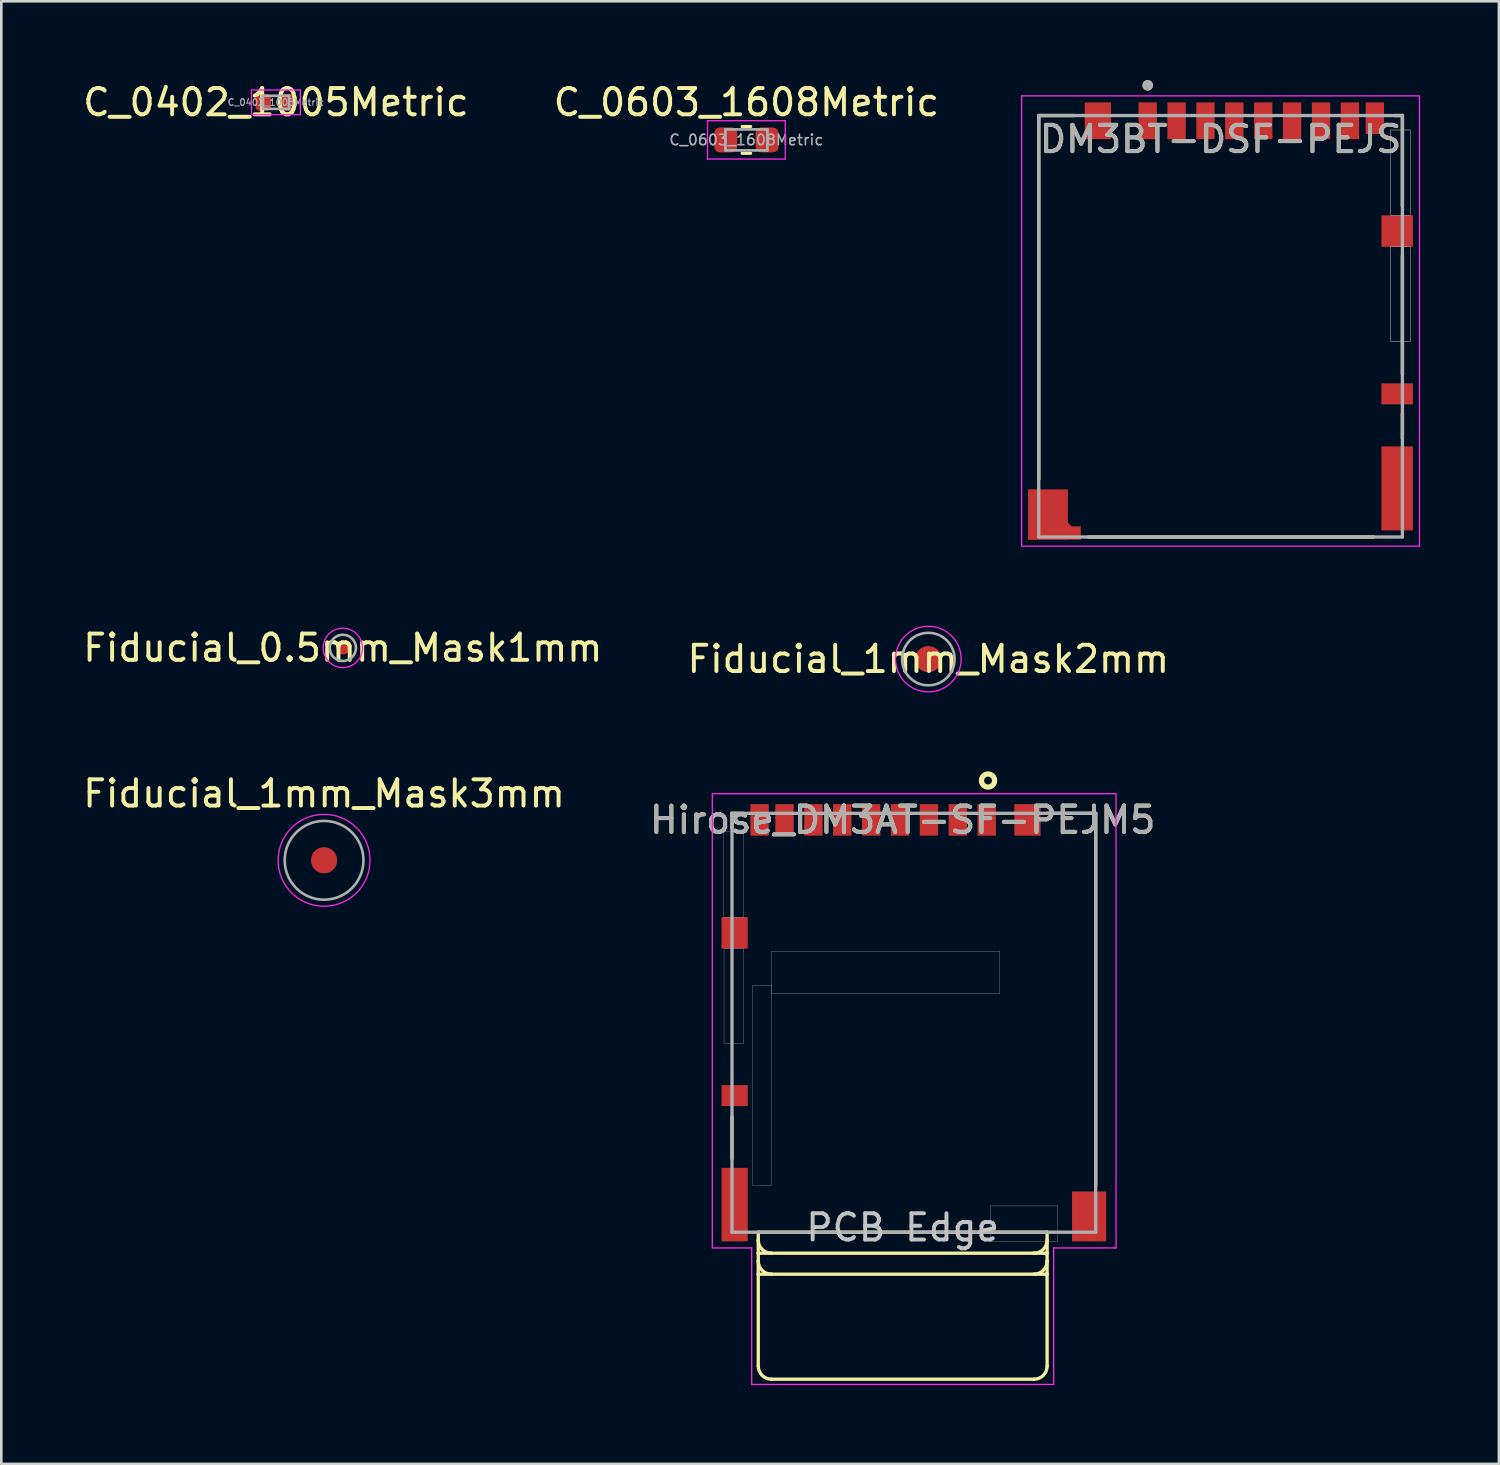
<source format=kicad_pcb>
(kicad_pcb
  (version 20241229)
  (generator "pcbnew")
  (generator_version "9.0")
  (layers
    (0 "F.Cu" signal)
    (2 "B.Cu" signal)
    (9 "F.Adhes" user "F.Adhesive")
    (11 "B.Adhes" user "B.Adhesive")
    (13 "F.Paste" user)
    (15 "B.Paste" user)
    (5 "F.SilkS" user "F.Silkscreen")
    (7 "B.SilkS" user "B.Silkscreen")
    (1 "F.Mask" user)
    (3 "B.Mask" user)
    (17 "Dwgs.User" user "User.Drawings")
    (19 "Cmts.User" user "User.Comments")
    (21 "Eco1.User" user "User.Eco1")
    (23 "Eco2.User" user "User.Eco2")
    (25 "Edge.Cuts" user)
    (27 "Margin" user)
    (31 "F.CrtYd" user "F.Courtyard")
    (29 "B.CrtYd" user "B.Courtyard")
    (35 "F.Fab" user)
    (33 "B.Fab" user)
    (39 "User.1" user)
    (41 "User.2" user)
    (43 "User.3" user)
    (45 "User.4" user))
  (footprint "Fiducial_0.5mm_Mask1mm"
    (layer "F.Cu")
    (at 10.006 21.623)
    (property "Reference" "Fiducial_0.5mm_Mask1mm" (at 0 0 0) (layer "F.SilkS") (effects (font (size 1 1) (thickness 0.15))))
    (attr smd)
    (fp_circle (center 0 0) (end 0.75 0) (stroke (width 0.05) (type solid)) (fill no) (layer "F.CrtYd"))
    (fp_circle (center 0 0) (end 0.5 0) (stroke (width 0.1) (type solid)) (fill no) (layer "F.Fab"))
    (pad "" smd circle (at 0 0) (size 0.5 0.5) (layers "F.Cu" "F.Mask")))
  (footprint "C_0402_1005Metric"
    (layer "F.Cu")
    (at 7.458 0.848)
    (property "Reference" "C_0402_1005Metric" (at 0 0 0) (layer "F.SilkS") (effects (font (size 1 1) (thickness 0.15))))
    (attr smd)
    (fp_line (start -0.93 -0.47) (end 0.93 -0.47) (stroke (width 0.05) (type solid)) (layer "F.CrtYd"))
    (fp_line (start -0.93 0.47) (end -0.93 -0.47) (stroke (width 0.05) (type solid)) (layer "F.CrtYd"))
    (fp_line (start 0.93 -0.47) (end 0.93 0.47) (stroke (width 0.05) (type solid)) (layer "F.CrtYd"))
    (fp_line (start 0.93 0.47) (end -0.93 0.47) (stroke (width 0.05) (type solid)) (layer "F.CrtYd"))
    (fp_line (start -0.5 -0.25) (end 0.5 -0.25) (stroke (width 0.1) (type solid)) (layer "F.Fab"))
    (fp_line (start -0.5 0.25) (end -0.5 -0.25) (stroke (width 0.1) (type solid)) (layer "F.Fab"))
    (fp_line (start 0.5 -0.25) (end 0.5 0.25) (stroke (width 0.1) (type solid)) (layer "F.Fab"))
    (fp_line (start 0.5 0.25) (end -0.5 0.25) (stroke (width 0.1) (type solid)) (layer "F.Fab"))
    (fp_text user "${REFERENCE}" (at 0 0 0) (layer "F.Fab") (effects (font (size 0.25 0.25) (thickness 0.04))))
    (pad "1" smd roundrect (at -0.485 0) (size 0.59 0.64) (layers "F.Cu" "F.Mask" "F.Paste") (roundrect_rratio 0.25))
    (pad "2" smd roundrect (at 0.485 0) (size 0.59 0.64) (layers "F.Cu" "F.Mask" "F.Paste") (roundrect_rratio 0.25)))
  (footprint "Hirose_DM3AT-SF-PEJM5"
    (layer "F.Cu")
    (at 31.327 28.175)
    (property "Reference" "Hirose_DM3AT-SF-PEJM5" (at 0 0 0) (layer "F.SilkS") (effects (font (size 1 1) (thickness 0.15))))
    (attr smd)
    (fp_line (start -6.5 -0.25) (end -6.5 0.3) (stroke (width 0.127) (type solid)) (layer "F.SilkS"))
    (fp_line (start -6.5 12.9) (end -6.5 11.3) (stroke (width 0.127) (type solid)) (layer "F.SilkS"))
    (fp_line (start -6.05 -0.25) (end -6.5 -0.25) (stroke (width 0.127) (type solid)) (layer "F.SilkS"))
    (fp_line (start -5.5 15.7) (end -5.5 16) (stroke (width 0.127) (type solid)) (layer "F.SilkS"))
    (fp_line (start -5.5 15.7) (end 5.5 15.7) (stroke (width 0.127) (type solid)) (layer "F.SilkS"))
    (fp_line (start -5.5 16.5) (end -5.5 16) (stroke (width 0.127) (type solid)) (layer "F.SilkS"))
    (fp_line (start -5.5 16.5) (end -5.5 16.8) (stroke (width 0.127) (type solid)) (layer "F.SilkS"))
    (fp_line (start -5.5 17.3) (end -5.5 16.8) (stroke (width 0.127) (type solid)) (layer "F.SilkS"))
    (fp_line (start -5.5 17.3) (end -5.5 20.8) (stroke (width 0.127) (type solid)) (layer "F.SilkS"))
    (fp_line (start -5 16.5) (end -5.5 16.5) (stroke (width 0.127) (type solid)) (layer "F.SilkS"))
    (fp_line (start -5 17.3) (end -5.5 17.3) (stroke (width 0.127) (type solid)) (layer "F.SilkS"))
    (fp_line (start 5 16.5) (end -5 16.5) (stroke (width 0.127) (type solid)) (layer "F.SilkS"))
    (fp_line (start 5 17.3) (end -5 17.3) (stroke (width 0.127) (type solid)) (layer "F.SilkS"))
    (fp_line (start 5 21.3) (end -5 21.3) (stroke (width 0.127) (type solid)) (layer "F.SilkS"))
    (fp_line (start 5.5 -0.25) (end 7.35 -0.25) (stroke (width 0.127) (type solid)) (layer "F.SilkS"))
    (fp_line (start 5.5 15.7) (end 5.5 16) (stroke (width 0.127) (type solid)) (layer "F.SilkS"))
    (fp_line (start 5.5 16) (end 5.5 16.5) (stroke (width 0.127) (type solid)) (layer "F.SilkS"))
    (fp_line (start 5.5 16.5) (end 5 16.5) (stroke (width 0.127) (type solid)) (layer "F.SilkS"))
    (fp_line (start 5.5 16.5) (end 5.5 16.8) (stroke (width 0.127) (type solid)) (layer "F.SilkS"))
    (fp_line (start 5.5 16.8) (end 5.5 17.3) (stroke (width 0.127) (type solid)) (layer "F.SilkS"))
    (fp_line (start 5.5 17.3) (end 5 17.3) (stroke (width 0.127) (type solid)) (layer "F.SilkS"))
    (fp_line (start 5.5 17.3) (end 5.5 20.8) (stroke (width 0.127) (type solid)) (layer "F.SilkS"))
    (fp_line (start 7.35 -0.25) (end 7.35 13.9) (stroke (width 0.127) (type solid)) (layer "F.SilkS"))
    (fp_arc (start -5 16.5) (mid -5.353553 16.353553) (end -5.5 16) (stroke (width 0.127) (type solid)) (layer "F.SilkS"))
    (fp_arc (start -5 17.3) (mid -5.353553 17.153553) (end -5.5 16.8) (stroke (width 0.127) (type solid)) (layer "F.SilkS"))
    (fp_arc (start -5 21.3) (mid -5.353553 21.153553) (end -5.5 20.8) (stroke (width 0.127) (type solid)) (layer "F.SilkS"))
    (fp_arc (start 5.5 16) (mid 5.353553 16.353553) (end 5 16.5) (stroke (width 0.127) (type solid)) (layer "F.SilkS"))
    (fp_arc (start 5.5 16.8) (mid 5.353553 17.153553) (end 5 17.3) (stroke (width 0.127) (type solid)) (layer "F.SilkS"))
    (fp_arc (start 5.5 20.8) (mid 5.353553 21.153553) (end 5 21.3) (stroke (width 0.127) (type solid)) (layer "F.SilkS"))
    (fp_circle (center 3.25 -1.5) (end 3.5 -1.5) (stroke (width 0.2) (type solid)) (fill no) (layer "F.SilkS"))
    (fp_poly (pts (xy -6.813 0.45) (xy -6.05 0.45) (xy -6.05 3.707) (xy -6.813 3.707)) (stroke (width 0.01) (type solid)) (fill no) (layer "Dwgs.User"))
    (fp_poly (pts (xy -6.804 4.9) (xy -6.05 4.9) (xy -6.05 8.505) (xy -6.804 8.505)) (stroke (width 0.01) (type solid)) (fill no) (layer "Dwgs.User"))
    (fp_poly (pts (xy -5.706 6.3) (xy -5 6.3) (xy -5 13.915) (xy -5.706 13.915)) (stroke (width 0.01) (type solid)) (fill no) (layer "Dwgs.User"))
    (fp_poly (pts (xy -5.003 5) (xy 3.7 5) (xy 3.7 6.604) (xy -5.003 6.604)) (stroke (width 0.01) (type solid)) (fill no) (layer "Dwgs.User"))
    (fp_poly (pts (xy 3.352 14.7) (xy 5.9 14.7) (xy 5.9 16.057) (xy 3.352 16.057)) (stroke (width 0.01) (type solid)) (fill no) (layer "Dwgs.User"))
    (fp_line (start -7.25 -1) (end 8.125 -1) (stroke (width 0.05) (type solid)) (layer "F.CrtYd"))
    (fp_line (start -7.25 16.3) (end -7.25 -1) (stroke (width 0.05) (type solid)) (layer "F.CrtYd"))
    (fp_line (start -5.75 16.3) (end -7.25 16.3) (stroke (width 0.05) (type solid)) (layer "F.CrtYd"))
    (fp_line (start -5.75 21.5) (end -5.75 16.3) (stroke (width 0.05) (type solid)) (layer "F.CrtYd"))
    (fp_line (start 5.75 16.3) (end 5.75 21.5) (stroke (width 0.05) (type solid)) (layer "F.CrtYd"))
    (fp_line (start 5.75 21.5) (end -5.75 21.5) (stroke (width 0.05) (type solid)) (layer "F.CrtYd"))
    (fp_line (start 8.125 -1) (end 8.125 16.3) (stroke (width 0.05) (type solid)) (layer "F.CrtYd"))
    (fp_line (start 8.125 16.3) (end 5.75 16.3) (stroke (width 0.05) (type solid)) (layer "F.CrtYd"))
    (fp_line (start -6.5 -0.25) (end 7.35 -0.25) (stroke (width 0.127) (type solid)) (layer "F.Fab"))
    (fp_line (start -6.5 15.7) (end -6.5 -0.25) (stroke (width 0.127) (type solid)) (layer "F.Fab"))
    (fp_line (start 7.35 -0.25) (end 7.35 15.7) (stroke (width 0.127) (type solid)) (layer "F.Fab"))
    (fp_line (start 7.35 15.7) (end -6.5 15.7) (stroke (width 0.127) (type solid)) (layer "F.Fab"))
    (fp_text user "PCB Edge" (at 0 15.525 0) (layer "Dwgs.User") (effects (font (size 1 1) (thickness 0.15))))
    (fp_text user "${REFERENCE}" (at 0 0 0) (layer "F.Fab") (effects (font (size 1 1) (thickness 0.15))))
    (pad "1" smd rect (at 3.2 0) (size 0.7 1.2) (layers "F.Cu" "F.Mask" "F.Paste"))
    (pad "2" smd rect (at 2.1 0) (size 0.7 1.2) (layers "F.Cu" "F.Mask" "F.Paste"))
    (pad "3" smd rect (at 1 0) (size 0.7 1.2) (layers "F.Cu" "F.Mask" "F.Paste"))
    (pad "4" smd rect (at -0.1 0) (size 0.7 1.2) (layers "F.Cu" "F.Mask" "F.Paste"))
    (pad "5" smd rect (at -1.2 0) (size 0.7 1.2) (layers "F.Cu" "F.Mask" "F.Paste"))
    (pad "6" smd rect (at -2.3 0) (size 0.7 1.2) (layers "F.Cu" "F.Mask" "F.Paste"))
    (pad "7" smd rect (at -3.4 0) (size 0.7 1.2) (layers "F.Cu" "F.Mask" "F.Paste"))
    (pad "8" smd rect (at -4.5 0) (size 0.7 1.2) (layers "F.Cu" "F.Mask" "F.Paste"))
    (pad "P1" smd rect (at -6.4 4.3) (size 1 1.2) (layers "F.Cu" "F.Mask" "F.Paste"))
    (pad "P2" smd rect (at -6.4 14.65) (size 1 2.8) (layers "F.Cu" "F.Mask" "F.Paste"))
    (pad "P3" smd rect (at 7.1 15.1) (size 1.3 1.9) (layers "F.Cu" "F.Mask" "F.Paste"))
    (pad "P4" smd rect (at 4.75 0) (size 1 1.2) (layers "F.Cu" "F.Mask" "F.Paste"))
    (pad "SWA" smd rect (at -6.4 10.5) (size 1 0.8) (layers "F.Cu" "F.Mask" "F.Paste"))
    (pad "SWB" smd rect (at -5.45 0) (size 0.7 1.2) (layers "F.Cu" "F.Mask" "F.Paste")))
  (footprint "Fiducial_1mm_Mask2mm"
    (layer "F.Cu")
    (at 32.304 22.05)
    (property "Reference" "Fiducial_1mm_Mask2mm" (at 0 0 0) (layer "F.SilkS") (effects (font (size 1 1) (thickness 0.15))))
    (attr exclude_from_pos_files exclude_from_bom)
    (fp_circle (center 0 0) (end 1.25 0) (stroke (width 0.05) (type solid)) (fill no) (layer "F.CrtYd"))
    (fp_circle (center 0 0) (end 1 0) (stroke (width 0.1) (type solid)) (fill no) (layer "F.Fab"))
    (pad "" smd circle (at 0 0) (size 1 1) (layers "F.Cu" "F.Mask")))
  (footprint "C_0603_1608Metric"
    (layer "F.Cu")
    (at 25.375 2.278)
    (property "Reference" "C_0603_1608Metric" (at 0 -1.43 0) (layer "F.SilkS") (effects (font (size 1 1) (thickness 0.15))))
    (attr smd)
    (fp_line (start -0.163 -0.51) (end 0.163 -0.51) (stroke (width 0.12) (type solid)) (layer "F.SilkS"))
    (fp_line (start -0.163 0.51) (end 0.163 0.51) (stroke (width 0.12) (type solid)) (layer "F.SilkS"))
    (fp_line (start -1.48 -0.73) (end 1.48 -0.73) (stroke (width 0.05) (type solid)) (layer "F.CrtYd"))
    (fp_line (start -1.48 0.73) (end -1.48 -0.73) (stroke (width 0.05) (type solid)) (layer "F.CrtYd"))
    (fp_line (start 1.48 -0.73) (end 1.48 0.73) (stroke (width 0.05) (type solid)) (layer "F.CrtYd"))
    (fp_line (start 1.48 0.73) (end -1.48 0.73) (stroke (width 0.05) (type solid)) (layer "F.CrtYd"))
    (fp_line (start -0.8 -0.4) (end 0.8 -0.4) (stroke (width 0.1) (type solid)) (layer "F.Fab"))
    (fp_line (start -0.8 0.4) (end -0.8 -0.4) (stroke (width 0.1) (type solid)) (layer "F.Fab"))
    (fp_line (start 0.8 -0.4) (end 0.8 0.4) (stroke (width 0.1) (type solid)) (layer "F.Fab"))
    (fp_line (start 0.8 0.4) (end -0.8 0.4) (stroke (width 0.1) (type solid)) (layer "F.Fab"))
    (fp_text user "${REFERENCE}" (at 0 0 0) (layer "F.Fab") (effects (font (size 0.4 0.4) (thickness 0.06))))
    (pad "1" smd roundrect (at -0.787 0) (size 0.875 0.95) (layers "F.Cu" "F.Mask" "F.Paste") (roundrect_rratio 0.25))
    (pad "2" smd roundrect (at 0.787 0) (size 0.875 0.95) (layers "F.Cu" "F.Mask" "F.Paste") (roundrect_rratio 0.25)))
  (footprint "DM3BT-DSF-PEJS"
    (layer "F.Cu")
    (at 43.433 2.25)
    (property "Reference" "DM3BT-DSF-PEJS" (at 0 0 0) (layer "F.SilkS") (effects (font (size 1 1) (thickness 0.15))))
    (attr smd)
    (fp_poly (pts (xy -7.325 13.35) (xy -5.825 13.35) (xy -5.825 14.6) (xy -5.675 14.75) (xy -5.325 14.75) (xy -5.325 15.25) (xy -7.325 15.25)) (stroke (width 0.01) (type solid)) (fill yes) (layer "F.Cu"))
    (fp_poly (pts (xy -7.425 13.25) (xy -5.725 13.25) (xy -5.725 14.5) (xy -5.575 14.65) (xy -5.225 14.65) (xy -5.225 15.35) (xy -7.425 15.35)) (stroke (width 0.01) (type solid)) (fill yes) (layer "F.Mask"))
    (fp_line (start -6.925 12.95) (end -6.925 -0.9) (stroke (width 0.127) (type solid)) (layer "F.SilkS"))
    (fp_line (start -5.575 -0.9) (end -6.925 -0.9) (stroke (width 0.127) (type solid)) (layer "F.SilkS"))
    (fp_line (start 5.825 15.15) (end -5.025 15.15) (stroke (width 0.127) (type solid)) (layer "F.SilkS"))
    (fp_line (start 6.625 -0.9) (end 6.925 -0.9) (stroke (width 0.127) (type solid)) (layer "F.SilkS"))
    (fp_line (start 6.925 -0.9) (end 6.925 2.55) (stroke (width 0.127) (type solid)) (layer "F.SilkS"))
    (fp_line (start 6.925 4.45) (end 6.925 8.95) (stroke (width 0.127) (type solid)) (layer "F.SilkS"))
    (fp_line (start 6.925 11.4) (end 6.925 10.45) (stroke (width 0.127) (type solid)) (layer "F.SilkS"))
    (fp_circle (center -2.775 -2.05) (end -2.675 -2.05) (stroke (width 0.2) (type solid)) (fill no) (layer "F.SilkS"))
    (fp_poly (pts (xy -7.325 13.35) (xy -5.825 13.35) (xy -5.825 14.6) (xy -5.675 14.75) (xy -5.325 14.75) (xy -5.325 15.25) (xy -7.325 15.25)) (stroke (width 0.01) (type solid)) (fill yes) (layer "F.Paste"))
    (fp_poly (pts (xy 6.475 -0.35) (xy 7.225 -0.35) (xy 7.225 2.9) (xy 6.475 2.9)) (stroke (width 0.01) (type solid)) (fill no) (layer "Dwgs.User"))
    (fp_poly (pts (xy 6.475 -0.35) (xy 7.225 -0.35) (xy 7.225 2.9) (xy 6.475 2.9)) (stroke (width 0.01) (type solid)) (fill no) (layer "Dwgs.User"))
    (fp_poly (pts (xy 6.475 4.1) (xy 7.225 4.1) (xy 7.225 7.7) (xy 6.475 7.7)) (stroke (width 0.01) (type solid)) (fill no) (layer "Dwgs.User"))
    (fp_poly (pts (xy 6.475 4.1) (xy 7.225 4.1) (xy 7.225 7.7) (xy 6.475 7.7)) (stroke (width 0.01) (type solid)) (fill no) (layer "Dwgs.User"))
    (fp_line (start -7.575 -1.65) (end 7.575 -1.65) (stroke (width 0.05) (type solid)) (layer "F.CrtYd"))
    (fp_line (start -7.575 15.5) (end -7.575 -1.65) (stroke (width 0.05) (type solid)) (layer "F.CrtYd"))
    (fp_line (start 7.575 -1.65) (end 7.575 15.5) (stroke (width 0.05) (type solid)) (layer "F.CrtYd"))
    (fp_line (start 7.575 15.5) (end -7.575 15.5) (stroke (width 0.05) (type solid)) (layer "F.CrtYd"))
    (fp_line (start -6.925 -0.9) (end -6.925 15.15) (stroke (width 0.127) (type solid)) (layer "F.Fab"))
    (fp_line (start -6.925 15.15) (end 6.925 15.15) (stroke (width 0.127) (type solid)) (layer "F.Fab"))
    (fp_line (start 6.925 -0.9) (end -6.925 -0.9) (stroke (width 0.127) (type solid)) (layer "F.Fab"))
    (fp_line (start 6.925 15.15) (end 6.925 -0.9) (stroke (width 0.127) (type solid)) (layer "F.Fab"))
    (fp_circle (center -2.775 -2.05) (end -2.675 -2.05) (stroke (width 0.2) (type solid)) (fill no) (layer "F.Fab"))
    (fp_text user "${REFERENCE}" (at 0 0 0) (layer "F.Fab") (effects (font (size 1 1) (thickness 0.15))))
    (pad "1" smd rect (at -2.775 -0.7) (size 0.7 1.4) (layers "F.Cu" "F.Mask" "F.Paste"))
    (pad "2" smd rect (at -1.675 -0.7) (size 0.7 1.4) (layers "F.Cu" "F.Mask" "F.Paste"))
    (pad "3" smd rect (at -0.575 -0.7) (size 0.7 1.4) (layers "F.Cu" "F.Mask" "F.Paste"))
    (pad "4" smd rect (at 0.525 -0.7) (size 0.7 1.4) (layers "F.Cu" "F.Mask" "F.Paste"))
    (pad "5" smd rect (at 1.625 -0.7) (size 0.7 1.4) (layers "F.Cu" "F.Mask" "F.Paste"))
    (pad "6" smd rect (at 2.725 -0.7) (size 0.7 1.4) (layers "F.Cu" "F.Mask" "F.Paste"))
    (pad "7" smd rect (at 3.825 -0.7) (size 0.7 1.4) (layers "F.Cu" "F.Mask" "F.Paste"))
    (pad "8" smd rect (at 4.925 -0.7) (size 0.7 1.4) (layers "F.Cu" "F.Mask" "F.Paste"))
    (pad "S1" smd rect (at -4.675 -0.7) (size 1 1.4) (layers "F.Cu" "F.Mask" "F.Paste"))
    (pad "S2" smd rect (at 6.725 3.5) (size 1.2 1.2) (layers "F.Cu" "F.Mask" "F.Paste"))
    (pad "S3" smd rect (at 6.725 13.3) (size 1.2 3.2) (layers "F.Cu" "F.Mask" "F.Paste"))
    (pad "S4" smd rect (at -6.575 14.3) (size 1.5 1.9) (layers "F.Cu"))
    (pad "SWA" smd rect (at 6.725 9.7) (size 1.2 0.8) (layers "F.Cu" "F.Mask" "F.Paste"))
    (pad "SWB" smd rect (at 5.875 -0.8) (size 0.7 1.2) (layers "F.Cu" "F.Mask" "F.Paste")))
  (footprint "Fiducial_1mm_Mask3mm"
    (layer "F.Cu")
    (at 9.292 29.713)
    (property "Reference" "Fiducial_1mm_Mask3mm" (at 0 -2.54 0) (layer "F.SilkS") (effects (font (size 1 1) (thickness 0.15))))
    (attr smd)
    (fp_circle (center 0 0) (end 1.75 0) (stroke (width 0.05) (type solid)) (fill no) (layer "F.CrtYd"))
    (fp_circle (center 0 0) (end 1.5 0) (stroke (width 0.1) (type solid)) (fill no) (layer "F.Fab"))
    (pad "" smd circle (at 0 0) (size 1 1) (layers "F.Cu" "F.Mask")))
  (gr_rect
    (start -3 -3)
    (end 54.033 52.7)
    (stroke (width 0.1) (type default))
    (fill no)
    (layer "Edge.Cuts")))
</source>
